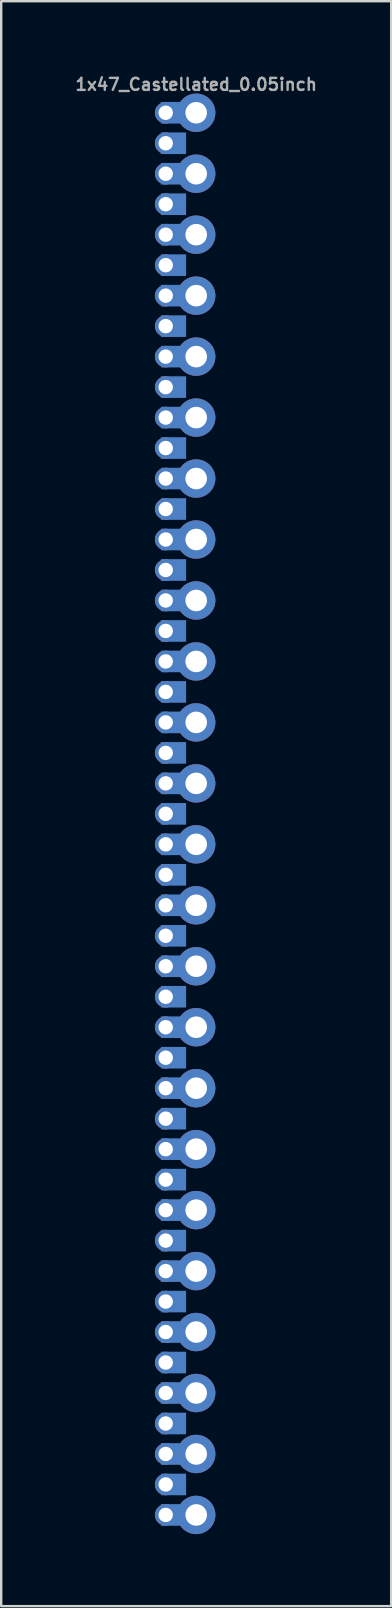
<source format=kicad_pcb>
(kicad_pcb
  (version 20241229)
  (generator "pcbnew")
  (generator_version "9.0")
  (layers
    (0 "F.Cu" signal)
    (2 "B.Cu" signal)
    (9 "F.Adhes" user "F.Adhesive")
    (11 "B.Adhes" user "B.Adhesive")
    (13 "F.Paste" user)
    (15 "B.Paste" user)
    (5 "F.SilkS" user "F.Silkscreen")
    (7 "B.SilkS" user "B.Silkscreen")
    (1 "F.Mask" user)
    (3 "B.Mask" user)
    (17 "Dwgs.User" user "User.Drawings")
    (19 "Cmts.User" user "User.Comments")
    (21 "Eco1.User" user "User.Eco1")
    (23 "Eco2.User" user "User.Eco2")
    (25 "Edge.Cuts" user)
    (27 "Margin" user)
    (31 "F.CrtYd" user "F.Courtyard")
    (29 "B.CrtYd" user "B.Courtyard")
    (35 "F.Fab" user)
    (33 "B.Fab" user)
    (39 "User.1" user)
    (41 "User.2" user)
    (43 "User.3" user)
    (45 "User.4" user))
  (footprint "1x47_Castellated_0.05inch"
    (layer "F.Cu")
    (at 5.124 60.068)
    (property "Reference" "1x47_Castellated_0.05inch" (at 0 -59.6 0) (layer "F.Fab") (effects (font (size 0.5 0.5) (thickness 0.1))))
    (pad "1" thru_hole circle (at -1.27 0) (size 0.9 0.9) (drill 0.6) (property pad_prop_castellated) (layers "*.Cu" "*.Mask") (remove_unused_layers yes) (keep_end_layers yes) (zone_layer_connections))
    (pad "1" smd rect (at -0.945 0) (size 1.05 0.9) (property pad_prop_castellated) (layers "B.Cu" "B.Mask"))
    (pad "1" thru_hole circle (at 0 0 90) (size 1.6 1.6) (drill 0.9) (layers "*.Cu" "F.Mask") (remove_unused_layers yes) (keep_end_layers yes) (zone_layer_connections))
    (pad "2" thru_hole circle (at -1.27 -1.27) (size 0.9 0.9) (drill 0.6) (property pad_prop_castellated) (layers "*.Cu" "*.Mask") (remove_unused_layers yes) (keep_end_layers yes) (zone_layer_connections))
    (pad "2" smd rect (at -0.945 -1.27) (size 1.05 0.9) (property pad_prop_castellated) (layers "B.Cu" "B.Mask"))
    (pad "3" thru_hole circle (at -1.27 -2.54) (size 0.9 0.9) (drill 0.6) (property pad_prop_castellated) (layers "*.Cu" "*.Mask") (remove_unused_layers yes) (keep_end_layers yes) (zone_layer_connections))
    (pad "3" smd rect (at -0.945 -2.54) (size 1.05 0.9) (property pad_prop_castellated) (layers "B.Cu" "B.Mask"))
    (pad "3" thru_hole circle (at 0 -2.54 90) (size 1.6 1.6) (drill 0.9) (layers "*.Cu" "F.Mask") (remove_unused_layers yes) (keep_end_layers yes) (zone_layer_connections))
    (pad "4" thru_hole circle (at -1.27 -3.81) (size 0.9 0.9) (drill 0.6) (property pad_prop_castellated) (layers "*.Cu" "*.Mask") (remove_unused_layers yes) (keep_end_layers yes) (zone_layer_connections))
    (pad "4" smd rect (at -0.945 -3.81) (size 1.05 0.9) (property pad_prop_castellated) (layers "B.Cu" "B.Mask"))
    (pad "5" thru_hole circle (at -1.27 -5.08) (size 0.9 0.9) (drill 0.6) (property pad_prop_castellated) (layers "*.Cu" "*.Mask") (remove_unused_layers yes) (keep_end_layers yes) (zone_layer_connections))
    (pad "5" smd rect (at -0.945 -5.08) (size 1.05 0.9) (property pad_prop_castellated) (layers "B.Cu" "B.Mask"))
    (pad "5" thru_hole circle (at 0 -5.08 90) (size 1.6 1.6) (drill 0.9) (layers "*.Cu" "F.Mask") (remove_unused_layers yes) (keep_end_layers yes) (zone_layer_connections))
    (pad "6" thru_hole circle (at -1.27 -6.35) (size 0.9 0.9) (drill 0.6) (property pad_prop_castellated) (layers "*.Cu" "*.Mask") (remove_unused_layers yes) (keep_end_layers yes) (zone_layer_connections))
    (pad "6" smd rect (at -0.945 -6.35) (size 1.05 0.9) (property pad_prop_castellated) (layers "B.Cu" "B.Mask"))
    (pad "7" thru_hole circle (at -1.27 -7.62) (size 0.9 0.9) (drill 0.6) (property pad_prop_castellated) (layers "*.Cu" "*.Mask") (remove_unused_layers yes) (keep_end_layers yes) (zone_layer_connections))
    (pad "7" smd rect (at -0.945 -7.62) (size 1.05 0.9) (property pad_prop_castellated) (layers "B.Cu" "B.Mask"))
    (pad "7" thru_hole circle (at 0 -7.62 90) (size 1.6 1.6) (drill 0.9) (layers "*.Cu" "F.Mask") (remove_unused_layers yes) (keep_end_layers yes) (zone_layer_connections))
    (pad "8" thru_hole circle (at -1.27 -8.89) (size 0.9 0.9) (drill 0.6) (property pad_prop_castellated) (layers "*.Cu" "*.Mask") (remove_unused_layers yes) (keep_end_layers yes) (zone_layer_connections))
    (pad "8" smd rect (at -0.945 -8.89) (size 1.05 0.9) (property pad_prop_castellated) (layers "B.Cu" "B.Mask"))
    (pad "9" thru_hole circle (at -1.27 -10.16) (size 0.9 0.9) (drill 0.6) (property pad_prop_castellated) (layers "*.Cu" "*.Mask") (remove_unused_layers yes) (keep_end_layers yes) (zone_layer_connections))
    (pad "9" smd rect (at -0.945 -10.16) (size 1.05 0.9) (property pad_prop_castellated) (layers "B.Cu" "B.Mask"))
    (pad "9" thru_hole circle (at 0 -10.16 90) (size 1.6 1.6) (drill 0.9) (layers "*.Cu" "F.Mask") (remove_unused_layers yes) (keep_end_layers yes) (zone_layer_connections))
    (pad "10" thru_hole circle (at -1.27 -11.43) (size 0.9 0.9) (drill 0.6) (property pad_prop_castellated) (layers "*.Cu" "*.Mask") (remove_unused_layers yes) (keep_end_layers yes) (zone_layer_connections))
    (pad "10" smd rect (at -0.945 -11.43) (size 1.05 0.9) (property pad_prop_castellated) (layers "B.Cu" "B.Mask"))
    (pad "11" thru_hole circle (at -1.27 -12.7) (size 0.9 0.9) (drill 0.6) (property pad_prop_castellated) (layers "*.Cu" "*.Mask") (remove_unused_layers yes) (keep_end_layers yes) (zone_layer_connections))
    (pad "11" smd rect (at -0.945 -12.7) (size 1.05 0.9) (property pad_prop_castellated) (layers "B.Cu" "B.Mask"))
    (pad "11" thru_hole circle (at 0 -12.7 90) (size 1.6 1.6) (drill 0.9) (layers "*.Cu" "F.Mask") (remove_unused_layers yes) (keep_end_layers yes) (zone_layer_connections))
    (pad "12" thru_hole circle (at -1.27 -13.97) (size 0.9 0.9) (drill 0.6) (property pad_prop_castellated) (layers "*.Cu" "*.Mask") (remove_unused_layers yes) (keep_end_layers yes) (zone_layer_connections))
    (pad "12" smd rect (at -0.945 -13.97) (size 1.05 0.9) (property pad_prop_castellated) (layers "B.Cu" "B.Mask"))
    (pad "13" thru_hole circle (at -1.27 -15.24) (size 0.9 0.9) (drill 0.6) (property pad_prop_castellated) (layers "*.Cu" "*.Mask") (remove_unused_layers yes) (keep_end_layers yes) (zone_layer_connections))
    (pad "13" smd rect (at -0.945 -15.24) (size 1.05 0.9) (property pad_prop_castellated) (layers "B.Cu" "B.Mask"))
    (pad "13" thru_hole circle (at 0 -15.24 90) (size 1.6 1.6) (drill 0.9) (layers "*.Cu" "F.Mask") (remove_unused_layers yes) (keep_end_layers yes) (zone_layer_connections))
    (pad "14" thru_hole circle (at -1.27 -16.51) (size 0.9 0.9) (drill 0.6) (property pad_prop_castellated) (layers "*.Cu" "*.Mask") (remove_unused_layers yes) (keep_end_layers yes) (zone_layer_connections))
    (pad "14" smd rect (at -0.945 -16.51) (size 1.05 0.9) (property pad_prop_castellated) (layers "B.Cu" "B.Mask"))
    (pad "15" thru_hole circle (at -1.27 -17.78) (size 0.9 0.9) (drill 0.6) (property pad_prop_castellated) (layers "*.Cu" "*.Mask") (remove_unused_layers yes) (keep_end_layers yes) (zone_layer_connections))
    (pad "15" smd rect (at -0.945 -17.78) (size 1.05 0.9) (property pad_prop_castellated) (layers "B.Cu" "B.Mask"))
    (pad "15" thru_hole circle (at 0 -17.78 90) (size 1.6 1.6) (drill 0.9) (layers "*.Cu" "F.Mask") (remove_unused_layers yes) (keep_end_layers yes) (zone_layer_connections))
    (pad "16" thru_hole circle (at -1.27 -19.05) (size 0.9 0.9) (drill 0.6) (property pad_prop_castellated) (layers "*.Cu" "*.Mask") (remove_unused_layers yes) (keep_end_layers yes) (zone_layer_connections))
    (pad "16" smd rect (at -0.945 -19.05) (size 1.05 0.9) (property pad_prop_castellated) (layers "B.Cu" "B.Mask"))
    (pad "17" thru_hole circle (at -1.27 -20.32) (size 0.9 0.9) (drill 0.6) (property pad_prop_castellated) (layers "*.Cu" "*.Mask") (remove_unused_layers yes) (keep_end_layers yes) (zone_layer_connections))
    (pad "17" smd rect (at -0.945 -20.32) (size 1.05 0.9) (property pad_prop_castellated) (layers "B.Cu" "B.Mask"))
    (pad "17" thru_hole circle (at 0 -20.32 90) (size 1.6 1.6) (drill 0.9) (layers "*.Cu" "F.Mask") (remove_unused_layers yes) (keep_end_layers yes) (zone_layer_connections))
    (pad "18" thru_hole circle (at -1.27 -21.59) (size 0.9 0.9) (drill 0.6) (property pad_prop_castellated) (layers "*.Cu" "*.Mask") (remove_unused_layers yes) (keep_end_layers yes) (zone_layer_connections))
    (pad "18" smd rect (at -0.945 -21.59) (size 1.05 0.9) (property pad_prop_castellated) (layers "B.Cu" "B.Mask"))
    (pad "19" thru_hole circle (at -1.27 -22.86) (size 0.9 0.9) (drill 0.6) (property pad_prop_castellated) (layers "*.Cu" "*.Mask") (remove_unused_layers yes) (keep_end_layers yes) (zone_layer_connections))
    (pad "19" smd rect (at -0.945 -22.86) (size 1.05 0.9) (property pad_prop_castellated) (layers "B.Cu" "B.Mask"))
    (pad "19" thru_hole circle (at 0 -22.86 90) (size 1.6 1.6) (drill 0.9) (layers "*.Cu" "F.Mask") (remove_unused_layers yes) (keep_end_layers yes) (zone_layer_connections))
    (pad "20" thru_hole circle (at -1.27 -24.13) (size 0.9 0.9) (drill 0.6) (property pad_prop_castellated) (layers "*.Cu" "*.Mask") (remove_unused_layers yes) (keep_end_layers yes) (zone_layer_connections))
    (pad "20" smd rect (at -0.945 -24.13) (size 1.05 0.9) (property pad_prop_castellated) (layers "B.Cu" "B.Mask"))
    (pad "21" thru_hole circle (at -1.27 -25.4) (size 0.9 0.9) (drill 0.6) (property pad_prop_castellated) (layers "*.Cu" "*.Mask") (remove_unused_layers yes) (keep_end_layers yes) (zone_layer_connections))
    (pad "21" smd rect (at -0.945 -25.4) (size 1.05 0.9) (property pad_prop_castellated) (layers "B.Cu" "B.Mask"))
    (pad "21" thru_hole circle (at 0 -25.4 90) (size 1.6 1.6) (drill 0.9) (layers "*.Cu" "F.Mask") (remove_unused_layers yes) (keep_end_layers yes) (zone_layer_connections))
    (pad "22" thru_hole circle (at -1.27 -26.67) (size 0.9 0.9) (drill 0.6) (property pad_prop_castellated) (layers "*.Cu" "*.Mask") (remove_unused_layers yes) (keep_end_layers yes) (zone_layer_connections))
    (pad "22" smd rect (at -0.945 -26.67) (size 1.05 0.9) (property pad_prop_castellated) (layers "B.Cu" "B.Mask"))
    (pad "23" thru_hole circle (at -1.27 -27.94) (size 0.9 0.9) (drill 0.6) (property pad_prop_castellated) (layers "*.Cu" "*.Mask") (remove_unused_layers yes) (keep_end_layers yes) (zone_layer_connections))
    (pad "23" smd rect (at -0.945 -27.94) (size 1.05 0.9) (property pad_prop_castellated) (layers "B.Cu" "B.Mask"))
    (pad "23" thru_hole circle (at 0 -27.94 90) (size 1.6 1.6) (drill 0.9) (layers "*.Cu" "F.Mask") (remove_unused_layers yes) (keep_end_layers yes) (zone_layer_connections))
    (pad "24" thru_hole circle (at -1.27 -29.21) (size 0.9 0.9) (drill 0.6) (property pad_prop_castellated) (layers "*.Cu" "*.Mask") (remove_unused_layers yes) (keep_end_layers yes) (zone_layer_connections))
    (pad "24" smd rect (at -0.945 -29.21) (size 1.05 0.9) (property pad_prop_castellated) (layers "B.Cu" "B.Mask"))
    (pad "25" thru_hole circle (at -1.27 -30.48) (size 0.9 0.9) (drill 0.6) (property pad_prop_castellated) (layers "*.Cu" "*.Mask") (remove_unused_layers yes) (keep_end_layers yes) (zone_layer_connections))
    (pad "25" smd rect (at -0.945 -30.48) (size 1.05 0.9) (property pad_prop_castellated) (layers "B.Cu" "B.Mask"))
    (pad "25" thru_hole circle (at 0 -30.48 90) (size 1.6 1.6) (drill 0.9) (layers "*.Cu" "F.Mask") (remove_unused_layers yes) (keep_end_layers yes) (zone_layer_connections))
    (pad "26" thru_hole circle (at -1.27 -31.75) (size 0.9 0.9) (drill 0.6) (property pad_prop_castellated) (layers "*.Cu" "*.Mask") (remove_unused_layers yes) (keep_end_layers yes) (zone_layer_connections))
    (pad "26" smd rect (at -0.945 -31.75) (size 1.05 0.9) (property pad_prop_castellated) (layers "B.Cu" "B.Mask"))
    (pad "27" thru_hole circle (at -1.27 -33.02) (size 0.9 0.9) (drill 0.6) (property pad_prop_castellated) (layers "*.Cu" "*.Mask") (remove_unused_layers yes) (keep_end_layers yes) (zone_layer_connections))
    (pad "27" smd rect (at -0.945 -33.02) (size 1.05 0.9) (property pad_prop_castellated) (layers "B.Cu" "B.Mask"))
    (pad "27" thru_hole circle (at 0 -33.02 90) (size 1.6 1.6) (drill 0.9) (layers "*.Cu" "F.Mask") (remove_unused_layers yes) (keep_end_layers yes) (zone_layer_connections))
    (pad "28" thru_hole circle (at -1.27 -34.29) (size 0.9 0.9) (drill 0.6) (property pad_prop_castellated) (layers "*.Cu" "*.Mask") (remove_unused_layers yes) (keep_end_layers yes) (zone_layer_connections))
    (pad "28" smd rect (at -0.945 -34.29) (size 1.05 0.9) (property pad_prop_castellated) (layers "B.Cu" "B.Mask"))
    (pad "29" thru_hole circle (at -1.27 -35.56) (size 0.9 0.9) (drill 0.6) (property pad_prop_castellated) (layers "*.Cu" "*.Mask") (remove_unused_layers yes) (keep_end_layers yes) (zone_layer_connections))
    (pad "29" smd rect (at -0.945 -35.56) (size 1.05 0.9) (property pad_prop_castellated) (layers "B.Cu" "B.Mask"))
    (pad "29" thru_hole circle (at 0 -35.56 90) (size 1.6 1.6) (drill 0.9) (layers "*.Cu" "F.Mask") (remove_unused_layers yes) (keep_end_layers yes) (zone_layer_connections))
    (pad "30" thru_hole circle (at -1.27 -36.83) (size 0.9 0.9) (drill 0.6) (property pad_prop_castellated) (layers "*.Cu" "*.Mask") (remove_unused_layers yes) (keep_end_layers yes) (zone_layer_connections))
    (pad "30" smd rect (at -0.945 -36.83) (size 1.05 0.9) (property pad_prop_castellated) (layers "B.Cu" "B.Mask"))
    (pad "31" thru_hole circle (at -1.27 -38.1) (size 0.9 0.9) (drill 0.6) (property pad_prop_castellated) (layers "*.Cu" "*.Mask") (remove_unused_layers yes) (keep_end_layers yes) (zone_layer_connections))
    (pad "31" smd rect (at -0.945 -38.1) (size 1.05 0.9) (property pad_prop_castellated) (layers "B.Cu" "B.Mask"))
    (pad "31" thru_hole circle (at 0 -38.1 90) (size 1.6 1.6) (drill 0.9) (layers "*.Cu" "F.Mask") (remove_unused_layers yes) (keep_end_layers yes) (zone_layer_connections))
    (pad "32" thru_hole circle (at -1.27 -39.37) (size 0.9 0.9) (drill 0.6) (property pad_prop_castellated) (layers "*.Cu" "*.Mask") (remove_unused_layers yes) (keep_end_layers yes) (zone_layer_connections))
    (pad "32" smd rect (at -0.945 -39.37) (size 1.05 0.9) (property pad_prop_castellated) (layers "B.Cu" "B.Mask"))
    (pad "33" thru_hole circle (at -1.27 -40.64) (size 0.9 0.9) (drill 0.6) (property pad_prop_castellated) (layers "*.Cu" "*.Mask") (remove_unused_layers yes) (keep_end_layers yes) (zone_layer_connections))
    (pad "33" smd rect (at -0.945 -40.64) (size 1.05 0.9) (property pad_prop_castellated) (layers "B.Cu" "B.Mask"))
    (pad "33" thru_hole circle (at 0 -40.64 90) (size 1.6 1.6) (drill 0.9) (layers "*.Cu" "F.Mask") (remove_unused_layers yes) (keep_end_layers yes) (zone_layer_connections))
    (pad "34" thru_hole circle (at -1.27 -41.91) (size 0.9 0.9) (drill 0.6) (property pad_prop_castellated) (layers "*.Cu" "*.Mask") (remove_unused_layers yes) (keep_end_layers yes) (zone_layer_connections))
    (pad "34" smd rect (at -0.945 -41.91) (size 1.05 0.9) (property pad_prop_castellated) (layers "B.Cu" "B.Mask"))
    (pad "35" thru_hole circle (at -1.27 -43.18) (size 0.9 0.9) (drill 0.6) (property pad_prop_castellated) (layers "*.Cu" "*.Mask") (remove_unused_layers yes) (keep_end_layers yes) (zone_layer_connections))
    (pad "35" smd rect (at -0.945 -43.18) (size 1.05 0.9) (property pad_prop_castellated) (layers "B.Cu" "B.Mask"))
    (pad "35" thru_hole circle (at 0 -43.18 90) (size 1.6 1.6) (drill 0.9) (layers "*.Cu" "F.Mask") (remove_unused_layers yes) (keep_end_layers yes) (zone_layer_connections))
    (pad "36" thru_hole circle (at -1.27 -44.45) (size 0.9 0.9) (drill 0.6) (property pad_prop_castellated) (layers "*.Cu" "*.Mask") (remove_unused_layers yes) (keep_end_layers yes) (zone_layer_connections))
    (pad "36" smd rect (at -0.945 -44.45) (size 1.05 0.9) (property pad_prop_castellated) (layers "B.Cu" "B.Mask"))
    (pad "37" thru_hole circle (at -1.27 -45.72) (size 0.9 0.9) (drill 0.6) (property pad_prop_castellated) (layers "*.Cu" "*.Mask") (remove_unused_layers yes) (keep_end_layers yes) (zone_layer_connections))
    (pad "37" smd rect (at -0.945 -45.72) (size 1.05 0.9) (property pad_prop_castellated) (layers "B.Cu" "B.Mask"))
    (pad "37" thru_hole circle (at 0 -45.72 90) (size 1.6 1.6) (drill 0.9) (layers "*.Cu" "F.Mask") (remove_unused_layers yes) (keep_end_layers yes) (zone_layer_connections))
    (pad "38" thru_hole circle (at -1.27 -46.99) (size 0.9 0.9) (drill 0.6) (property pad_prop_castellated) (layers "*.Cu" "*.Mask") (remove_unused_layers yes) (keep_end_layers yes) (zone_layer_connections))
    (pad "38" smd rect (at -0.945 -46.99) (size 1.05 0.9) (property pad_prop_castellated) (layers "B.Cu" "B.Mask"))
    (pad "39" thru_hole circle (at -1.27 -48.26) (size 0.9 0.9) (drill 0.6) (property pad_prop_castellated) (layers "*.Cu" "*.Mask") (remove_unused_layers yes) (keep_end_layers yes) (zone_layer_connections))
    (pad "39" smd rect (at -0.945 -48.26) (size 1.05 0.9) (property pad_prop_castellated) (layers "B.Cu" "B.Mask"))
    (pad "39" thru_hole circle (at 0 -48.26 90) (size 1.6 1.6) (drill 0.9) (layers "*.Cu" "F.Mask") (remove_unused_layers yes) (keep_end_layers yes) (zone_layer_connections))
    (pad "40" thru_hole circle (at -1.27 -49.53) (size 0.9 0.9) (drill 0.6) (property pad_prop_castellated) (layers "*.Cu" "*.Mask") (remove_unused_layers yes) (keep_end_layers yes) (zone_layer_connections))
    (pad "40" smd rect (at -0.945 -49.53) (size 1.05 0.9) (property pad_prop_castellated) (layers "B.Cu" "B.Mask"))
    (pad "41" thru_hole circle (at -1.27 -50.8) (size 0.9 0.9) (drill 0.6) (property pad_prop_castellated) (layers "*.Cu" "*.Mask") (remove_unused_layers yes) (keep_end_layers yes) (zone_layer_connections))
    (pad "41" smd rect (at -0.945 -50.8) (size 1.05 0.9) (property pad_prop_castellated) (layers "B.Cu" "B.Mask"))
    (pad "41" thru_hole circle (at 0 -50.8 90) (size 1.6 1.6) (drill 0.9) (layers "*.Cu" "F.Mask") (remove_unused_layers yes) (keep_end_layers yes) (zone_layer_connections))
    (pad "42" thru_hole circle (at -1.27 -52.07) (size 0.9 0.9) (drill 0.6) (property pad_prop_castellated) (layers "*.Cu" "*.Mask") (remove_unused_layers yes) (keep_end_layers yes) (zone_layer_connections))
    (pad "42" smd rect (at -0.945 -52.07) (size 1.05 0.9) (property pad_prop_castellated) (layers "B.Cu" "B.Mask"))
    (pad "43" thru_hole circle (at -1.27 -53.34) (size 0.9 0.9) (drill 0.6) (property pad_prop_castellated) (layers "*.Cu" "*.Mask") (remove_unused_layers yes) (keep_end_layers yes) (zone_layer_connections))
    (pad "43" smd rect (at -0.945 -53.34) (size 1.05 0.9) (property pad_prop_castellated) (layers "B.Cu" "B.Mask"))
    (pad "43" thru_hole circle (at 0 -53.34 90) (size 1.6 1.6) (drill 0.9) (layers "*.Cu" "F.Mask") (remove_unused_layers yes) (keep_end_layers yes) (zone_layer_connections))
    (pad "44" thru_hole circle (at -1.27 -54.61) (size 0.9 0.9) (drill 0.6) (property pad_prop_castellated) (layers "*.Cu" "*.Mask") (remove_unused_layers yes) (keep_end_layers yes) (zone_layer_connections))
    (pad "44" smd rect (at -0.945 -54.61) (size 1.05 0.9) (property pad_prop_castellated) (layers "B.Cu" "B.Mask"))
    (pad "45" thru_hole circle (at -1.27 -55.88) (size 0.9 0.9) (drill 0.6) (property pad_prop_castellated) (layers "*.Cu" "*.Mask") (remove_unused_layers yes) (keep_end_layers yes) (zone_layer_connections))
    (pad "45" smd rect (at -0.945 -55.88) (size 1.05 0.9) (property pad_prop_castellated) (layers "B.Cu" "B.Mask"))
    (pad "45" thru_hole circle (at 0 -55.88 90) (size 1.6 1.6) (drill 0.9) (layers "*.Cu" "F.Mask") (remove_unused_layers yes) (keep_end_layers yes) (zone_layer_connections))
    (pad "46" thru_hole circle (at -1.27 -57.15) (size 0.9 0.9) (drill 0.6) (property pad_prop_castellated) (layers "*.Cu" "*.Mask") (remove_unused_layers yes) (keep_end_layers yes) (zone_layer_connections))
    (pad "46" smd rect (at -0.945 -57.15) (size 1.05 0.9) (property pad_prop_castellated) (layers "B.Cu" "B.Mask"))
    (pad "47" thru_hole circle (at -1.27 -58.42) (size 0.9 0.9) (drill 0.6) (property pad_prop_castellated) (layers "*.Cu" "*.Mask") (remove_unused_layers yes) (keep_end_layers yes) (zone_layer_connections))
    (pad "47" smd rect (at -0.945 -58.42) (size 1.05 0.9) (property pad_prop_castellated) (layers "B.Cu" "B.Mask"))
    (pad "47" thru_hole circle (at 0 -58.42 90) (size 1.6 1.6) (drill 0.9) (layers "*.Cu" "F.Mask") (remove_unused_layers yes) (keep_end_layers yes) (zone_layer_connections)))
  (gr_rect
    (start -3 -3)
    (end 13.248 63.868)
    (stroke (width 0.1) (type default))
    (fill no)
    (layer "Edge.Cuts")))
</source>
